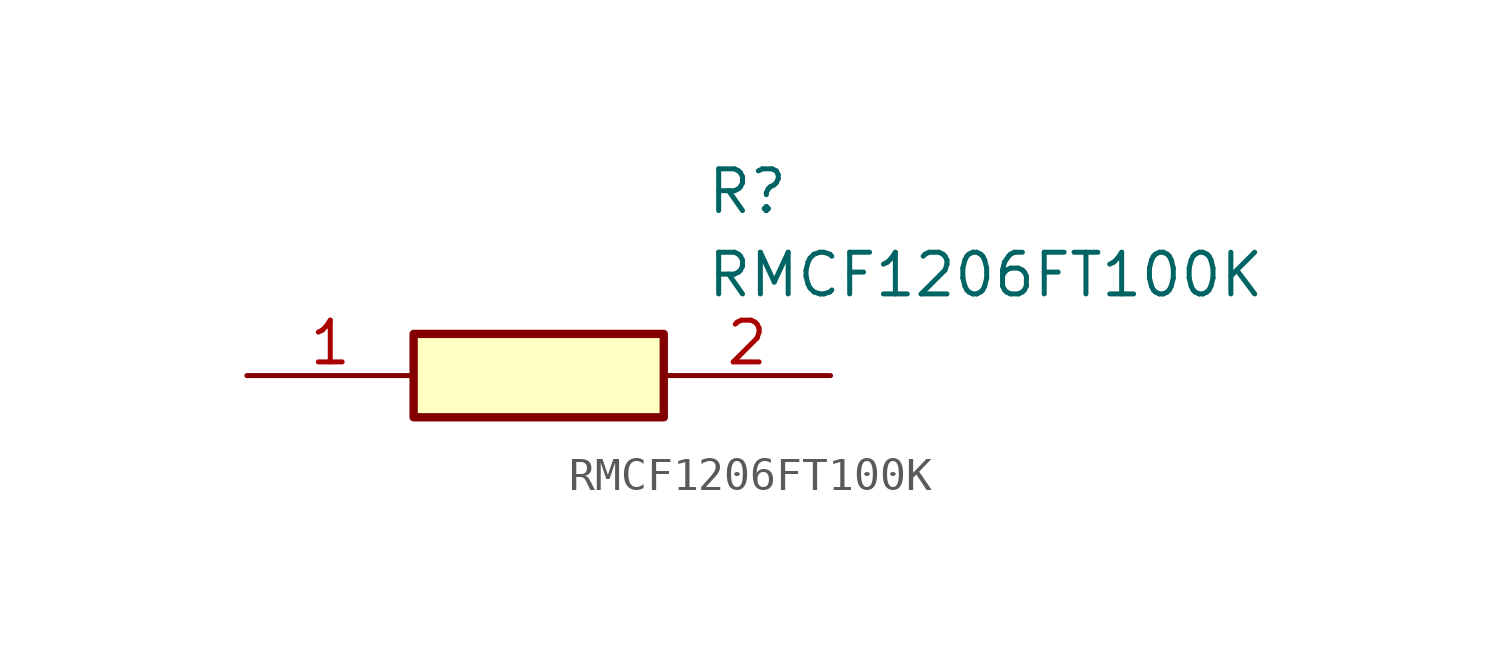
<source format=kicad_sym>
(kicad_symbol_lib
  (version 20211014)
  (generator SamacSys_ECAD_Model)
  (symbol "RMCF1206FT100K"
    (pin_names hide)
    (property "Reference" "R"
      (at 13.97 6.35 0)
      (effects (font (size 1.27 1.27)) (justify left top)))
    (property "Value" "RMCF1206FT100K"
      (at 13.97 3.81 0)
      (effects (font (size 1.27 1.27)) (justify left top)))
    (rectangle
      (start 5.08 1.27)
      (end 12.7 -1.27)
      (stroke (width 0.254) (type default))
      (fill (type background)))
    (pin passive line
      (at 0 0 0)
      (length 5.08)
      (name "1" (effects (font (size 1.27 1.27))))
      (number "1" (effects (font (size 1.27 1.27)))))
    (pin passive line
      (at 17.78 0 180)
      (length 5.08)
      (name "2" (effects (font (size 1.27 1.27))))
      (number "2" (effects (font (size 1.27 1.27)))))))
</source>
